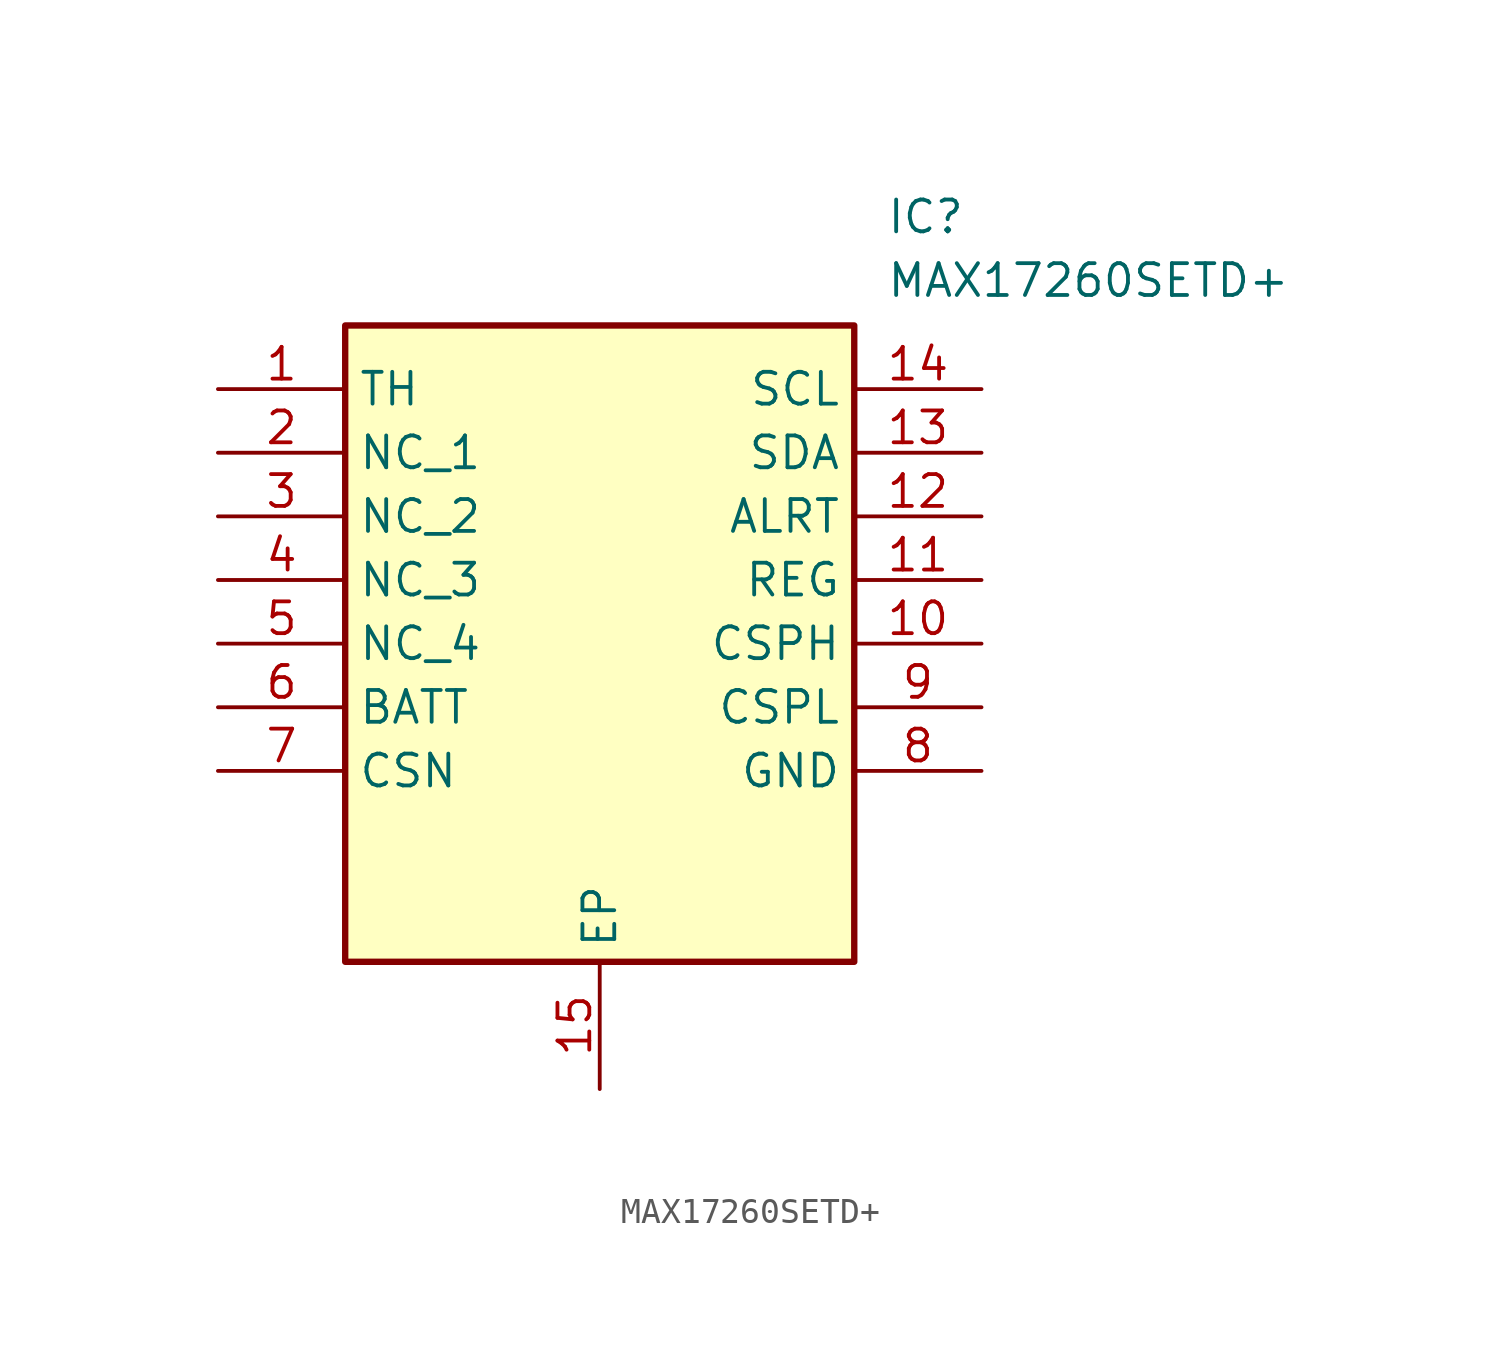
<source format=kicad_sym>
(kicad_symbol_lib
  (version 20211014)
  (generator SamacSys_ECAD_Model)
  (symbol "MAX17260SETD+"
    (property "Reference" "IC"
      (at 26.67 7.62 0)
      (effects (font (size 1.27 1.27)) (justify left top)))
    (property "Value" "MAX17260SETD+"
      (at 26.67 5.08 0)
      (effects (font (size 1.27 1.27)) (justify left top)))
    (rectangle
      (start 5.08 2.54)
      (end 25.4 -22.86)
      (stroke (width 0.254) (type default))
      (fill (type background)))
    (pin passive line
      (at 0 0 0)
      (length 5.08)
      (name "TH" (effects (font (size 1.27 1.27))))
      (number "1" (effects (font (size 1.27 1.27)))))
    (pin passive line
      (at 0 -2.54 0)
      (length 5.08)
      (name "NC_1" (effects (font (size 1.27 1.27))))
      (number "2" (effects (font (size 1.27 1.27)))))
    (pin passive line
      (at 0 -5.08 0)
      (length 5.08)
      (name "NC_2" (effects (font (size 1.27 1.27))))
      (number "3" (effects (font (size 1.27 1.27)))))
    (pin passive line
      (at 0 -7.62 0)
      (length 5.08)
      (name "NC_3" (effects (font (size 1.27 1.27))))
      (number "4" (effects (font (size 1.27 1.27)))))
    (pin passive line
      (at 0 -10.16 0)
      (length 5.08)
      (name "NC_4" (effects (font (size 1.27 1.27))))
      (number "5" (effects (font (size 1.27 1.27)))))
    (pin passive line
      (at 0 -12.7 0)
      (length 5.08)
      (name "BATT" (effects (font (size 1.27 1.27))))
      (number "6" (effects (font (size 1.27 1.27)))))
    (pin passive line
      (at 0 -15.24 0)
      (length 5.08)
      (name "CSN" (effects (font (size 1.27 1.27))))
      (number "7" (effects (font (size 1.27 1.27)))))
    (pin passive line
      (at 15.24 -27.94 90)
      (length 5.08)
      (name "EP" (effects (font (size 1.27 1.27))))
      (number "15" (effects (font (size 1.27 1.27)))))
    (pin passive line
      (at 30.48 0 180)
      (length 5.08)
      (name "SCL" (effects (font (size 1.27 1.27))))
      (number "14" (effects (font (size 1.27 1.27)))))
    (pin passive line
      (at 30.48 -2.54 180)
      (length 5.08)
      (name "SDA" (effects (font (size 1.27 1.27))))
      (number "13" (effects (font (size 1.27 1.27)))))
    (pin passive line
      (at 30.48 -5.08 180)
      (length 5.08)
      (name "ALRT" (effects (font (size 1.27 1.27))))
      (number "12" (effects (font (size 1.27 1.27)))))
    (pin passive line
      (at 30.48 -7.62 180)
      (length 5.08)
      (name "REG" (effects (font (size 1.27 1.27))))
      (number "11" (effects (font (size 1.27 1.27)))))
    (pin passive line
      (at 30.48 -10.16 180)
      (length 5.08)
      (name "CSPH" (effects (font (size 1.27 1.27))))
      (number "10" (effects (font (size 1.27 1.27)))))
    (pin passive line
      (at 30.48 -12.7 180)
      (length 5.08)
      (name "CSPL" (effects (font (size 1.27 1.27))))
      (number "9" (effects (font (size 1.27 1.27)))))
    (pin passive line
      (at 30.48 -15.24 180)
      (length 5.08)
      (name "GND" (effects (font (size 1.27 1.27))))
      (number "8" (effects (font (size 1.27 1.27)))))))
</source>
